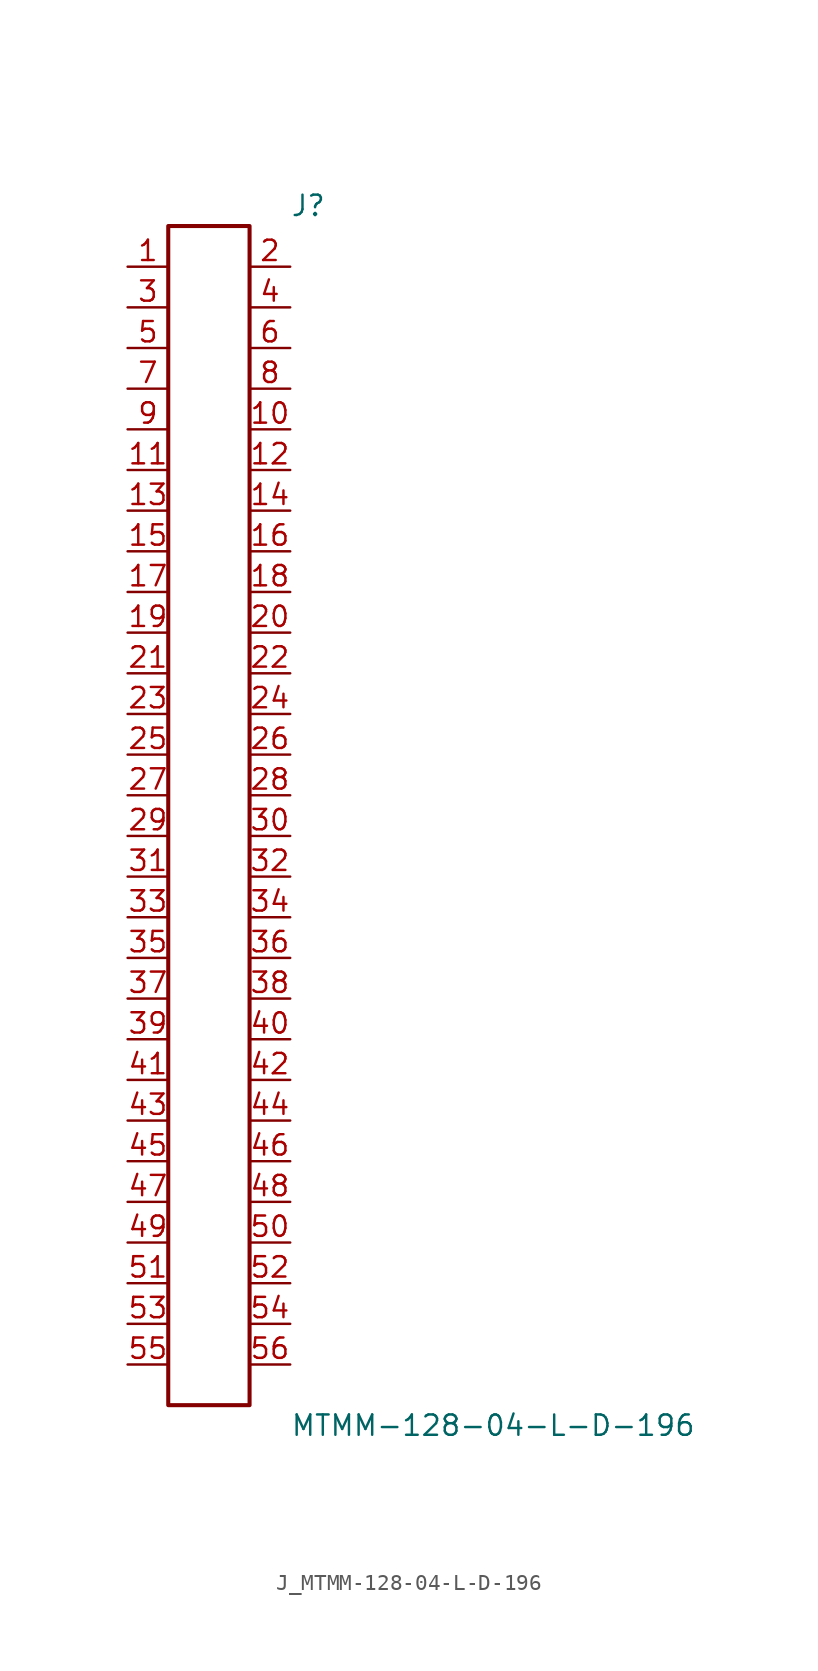
<source format=kicad_sym>
(kicad_symbol_lib
  (version 20231120)
  (generator kicad_symbol_editor)
  (generator_version 8.0)
  (symbol "J_MTMM-128-04-L-D-196"
    (pin_names
      (offset 0.254))
    (property "Reference" "J"
      (at 5.08 38.1 0)
      (effects (font (size 1.27 1.27)) (justify left)))
    (property "Value" "MTMM-128-04-L-D-196"
      (at 5.08 -38.1 0)
      (effects (font (size 1.27 1.27)) (justify left)))
    (symbol "J_MTMM-128-04-L-D-196_0_0"
      (pin passive line (at -5.08 34.29 0) (length 2.54) (name "" (effects (font (size 1.27 1.27)))) (number "1" (effects (font (size 1.27 1.27)))))
      (pin passive line (at 5.08 34.29 180) (length 2.54) (name "" (effects (font (size 1.27 1.27)))) (number "2" (effects (font (size 1.27 1.27)))))
      (pin passive line (at -5.08 31.75 0) (length 2.54) (name "" (effects (font (size 1.27 1.27)))) (number "3" (effects (font (size 1.27 1.27)))))
      (pin passive line (at 5.08 31.75 180) (length 2.54) (name "" (effects (font (size 1.27 1.27)))) (number "4" (effects (font (size 1.27 1.27)))))
      (pin passive line (at -5.08 29.21 0) (length 2.54) (name "" (effects (font (size 1.27 1.27)))) (number "5" (effects (font (size 1.27 1.27)))))
      (pin passive line (at 5.08 29.21 180) (length 2.54) (name "" (effects (font (size 1.27 1.27)))) (number "6" (effects (font (size 1.27 1.27)))))
      (pin passive line (at -5.08 26.67 0) (length 2.54) (name "" (effects (font (size 1.27 1.27)))) (number "7" (effects (font (size 1.27 1.27)))))
      (pin passive line (at 5.08 26.67 180) (length 2.54) (name "" (effects (font (size 1.27 1.27)))) (number "8" (effects (font (size 1.27 1.27)))))
      (pin passive line (at -5.08 24.13 0) (length 2.54) (name "" (effects (font (size 1.27 1.27)))) (number "9" (effects (font (size 1.27 1.27)))))
      (pin passive line (at 5.08 24.13 180) (length 2.54) (name "" (effects (font (size 1.27 1.27)))) (number "10" (effects (font (size 1.27 1.27)))))
      (pin passive line (at -5.08 21.59 0) (length 2.54) (name "" (effects (font (size 1.27 1.27)))) (number "11" (effects (font (size 1.27 1.27)))))
      (pin passive line (at 5.08 21.59 180) (length 2.54) (name "" (effects (font (size 1.27 1.27)))) (number "12" (effects (font (size 1.27 1.27)))))
      (pin passive line (at -5.08 19.05 0) (length 2.54) (name "" (effects (font (size 1.27 1.27)))) (number "13" (effects (font (size 1.27 1.27)))))
      (pin passive line (at 5.08 19.05 180) (length 2.54) (name "" (effects (font (size 1.27 1.27)))) (number "14" (effects (font (size 1.27 1.27)))))
      (pin passive line (at -5.08 16.51 0) (length 2.54) (name "" (effects (font (size 1.27 1.27)))) (number "15" (effects (font (size 1.27 1.27)))))
      (pin passive line (at 5.08 16.51 180) (length 2.54) (name "" (effects (font (size 1.27 1.27)))) (number "16" (effects (font (size 1.27 1.27)))))
      (pin passive line (at -5.08 13.97 0) (length 2.54) (name "" (effects (font (size 1.27 1.27)))) (number "17" (effects (font (size 1.27 1.27)))))
      (pin passive line (at 5.08 13.97 180) (length 2.54) (name "" (effects (font (size 1.27 1.27)))) (number "18" (effects (font (size 1.27 1.27)))))
      (pin passive line (at -5.08 11.43 0) (length 2.54) (name "" (effects (font (size 1.27 1.27)))) (number "19" (effects (font (size 1.27 1.27)))))
      (pin passive line (at 5.08 11.43 180) (length 2.54) (name "" (effects (font (size 1.27 1.27)))) (number "20" (effects (font (size 1.27 1.27)))))
      (pin passive line (at -5.08 8.89 0) (length 2.54) (name "" (effects (font (size 1.27 1.27)))) (number "21" (effects (font (size 1.27 1.27)))))
      (pin passive line (at 5.08 8.89 180) (length 2.54) (name "" (effects (font (size 1.27 1.27)))) (number "22" (effects (font (size 1.27 1.27)))))
      (pin passive line (at -5.08 6.35 0) (length 2.54) (name "" (effects (font (size 1.27 1.27)))) (number "23" (effects (font (size 1.27 1.27)))))
      (pin passive line (at 5.08 6.35 180) (length 2.54) (name "" (effects (font (size 1.27 1.27)))) (number "24" (effects (font (size 1.27 1.27)))))
      (pin passive line (at -5.08 3.81 0) (length 2.54) (name "" (effects (font (size 1.27 1.27)))) (number "25" (effects (font (size 1.27 1.27)))))
      (pin passive line (at 5.08 3.81 180) (length 2.54) (name "" (effects (font (size 1.27 1.27)))) (number "26" (effects (font (size 1.27 1.27)))))
      (pin passive line (at -5.08 1.27 0) (length 2.54) (name "" (effects (font (size 1.27 1.27)))) (number "27" (effects (font (size 1.27 1.27)))))
      (pin passive line (at 5.08 1.27 180) (length 2.54) (name "" (effects (font (size 1.27 1.27)))) (number "28" (effects (font (size 1.27 1.27)))))
      (pin passive line (at -5.08 -1.27 0) (length 2.54) (name "" (effects (font (size 1.27 1.27)))) (number "29" (effects (font (size 1.27 1.27)))))
      (pin passive line (at 5.08 -1.27 180) (length 2.54) (name "" (effects (font (size 1.27 1.27)))) (number "30" (effects (font (size 1.27 1.27)))))
      (pin passive line (at -5.08 -3.81 0) (length 2.54) (name "" (effects (font (size 1.27 1.27)))) (number "31" (effects (font (size 1.27 1.27)))))
      (pin passive line (at 5.08 -3.81 180) (length 2.54) (name "" (effects (font (size 1.27 1.27)))) (number "32" (effects (font (size 1.27 1.27)))))
      (pin passive line (at -5.08 -6.35 0) (length 2.54) (name "" (effects (font (size 1.27 1.27)))) (number "33" (effects (font (size 1.27 1.27)))))
      (pin passive line (at 5.08 -6.35 180) (length 2.54) (name "" (effects (font (size 1.27 1.27)))) (number "34" (effects (font (size 1.27 1.27)))))
      (pin passive line (at -5.08 -8.89 0) (length 2.54) (name "" (effects (font (size 1.27 1.27)))) (number "35" (effects (font (size 1.27 1.27)))))
      (pin passive line (at 5.08 -8.89 180) (length 2.54) (name "" (effects (font (size 1.27 1.27)))) (number "36" (effects (font (size 1.27 1.27)))))
      (pin passive line (at -5.08 -11.43 0) (length 2.54) (name "" (effects (font (size 1.27 1.27)))) (number "37" (effects (font (size 1.27 1.27)))))
      (pin passive line (at 5.08 -11.43 180) (length 2.54) (name "" (effects (font (size 1.27 1.27)))) (number "38" (effects (font (size 1.27 1.27)))))
      (pin passive line (at -5.08 -13.97 0) (length 2.54) (name "" (effects (font (size 1.27 1.27)))) (number "39" (effects (font (size 1.27 1.27)))))
      (pin passive line (at 5.08 -13.97 180) (length 2.54) (name "" (effects (font (size 1.27 1.27)))) (number "40" (effects (font (size 1.27 1.27)))))
      (pin passive line (at -5.08 -16.51 0) (length 2.54) (name "" (effects (font (size 1.27 1.27)))) (number "41" (effects (font (size 1.27 1.27)))))
      (pin passive line (at 5.08 -16.51 180) (length 2.54) (name "" (effects (font (size 1.27 1.27)))) (number "42" (effects (font (size 1.27 1.27)))))
      (pin passive line (at -5.08 -19.05 0) (length 2.54) (name "" (effects (font (size 1.27 1.27)))) (number "43" (effects (font (size 1.27 1.27)))))
      (pin passive line (at 5.08 -19.05 180) (length 2.54) (name "" (effects (font (size 1.27 1.27)))) (number "44" (effects (font (size 1.27 1.27)))))
      (pin passive line (at -5.08 -21.59 0) (length 2.54) (name "" (effects (font (size 1.27 1.27)))) (number "45" (effects (font (size 1.27 1.27)))))
      (pin passive line (at 5.08 -21.59 180) (length 2.54) (name "" (effects (font (size 1.27 1.27)))) (number "46" (effects (font (size 1.27 1.27)))))
      (pin passive line (at -5.08 -24.13 0) (length 2.54) (name "" (effects (font (size 1.27 1.27)))) (number "47" (effects (font (size 1.27 1.27)))))
      (pin passive line (at 5.08 -24.13 180) (length 2.54) (name "" (effects (font (size 1.27 1.27)))) (number "48" (effects (font (size 1.27 1.27)))))
      (pin passive line (at -5.08 -26.67 0) (length 2.54) (name "" (effects (font (size 1.27 1.27)))) (number "49" (effects (font (size 1.27 1.27)))))
      (pin passive line (at 5.08 -26.67 180) (length 2.54) (name "" (effects (font (size 1.27 1.27)))) (number "50" (effects (font (size 1.27 1.27)))))
      (pin passive line (at -5.08 -29.21 0) (length 2.54) (name "" (effects (font (size 1.27 1.27)))) (number "51" (effects (font (size 1.27 1.27)))))
      (pin passive line (at 5.08 -29.21 180) (length 2.54) (name "" (effects (font (size 1.27 1.27)))) (number "52" (effects (font (size 1.27 1.27)))))
      (pin passive line (at -5.08 -31.75 0) (length 2.54) (name "" (effects (font (size 1.27 1.27)))) (number "53" (effects (font (size 1.27 1.27)))))
      (pin passive line (at 5.08 -31.75 180) (length 2.54) (name "" (effects (font (size 1.27 1.27)))) (number "54" (effects (font (size 1.27 1.27)))))
      (pin passive line (at -5.08 -34.29 0) (length 2.54) (name "" (effects (font (size 1.27 1.27)))) (number "55" (effects (font (size 1.27 1.27)))))
      (pin passive line (at 5.08 -34.29 180) (length 2.54) (name "" (effects (font (size 1.27 1.27)))) (number "56" (effects (font (size 1.27 1.27))))))
    (symbol "J_MTMM-128-04-L-D-196_1_0"
      (rectangle (start -2.54 36.83) (end 2.54 -36.83) (stroke (width 0.254) (type solid)) (fill (type none))))))
</source>
